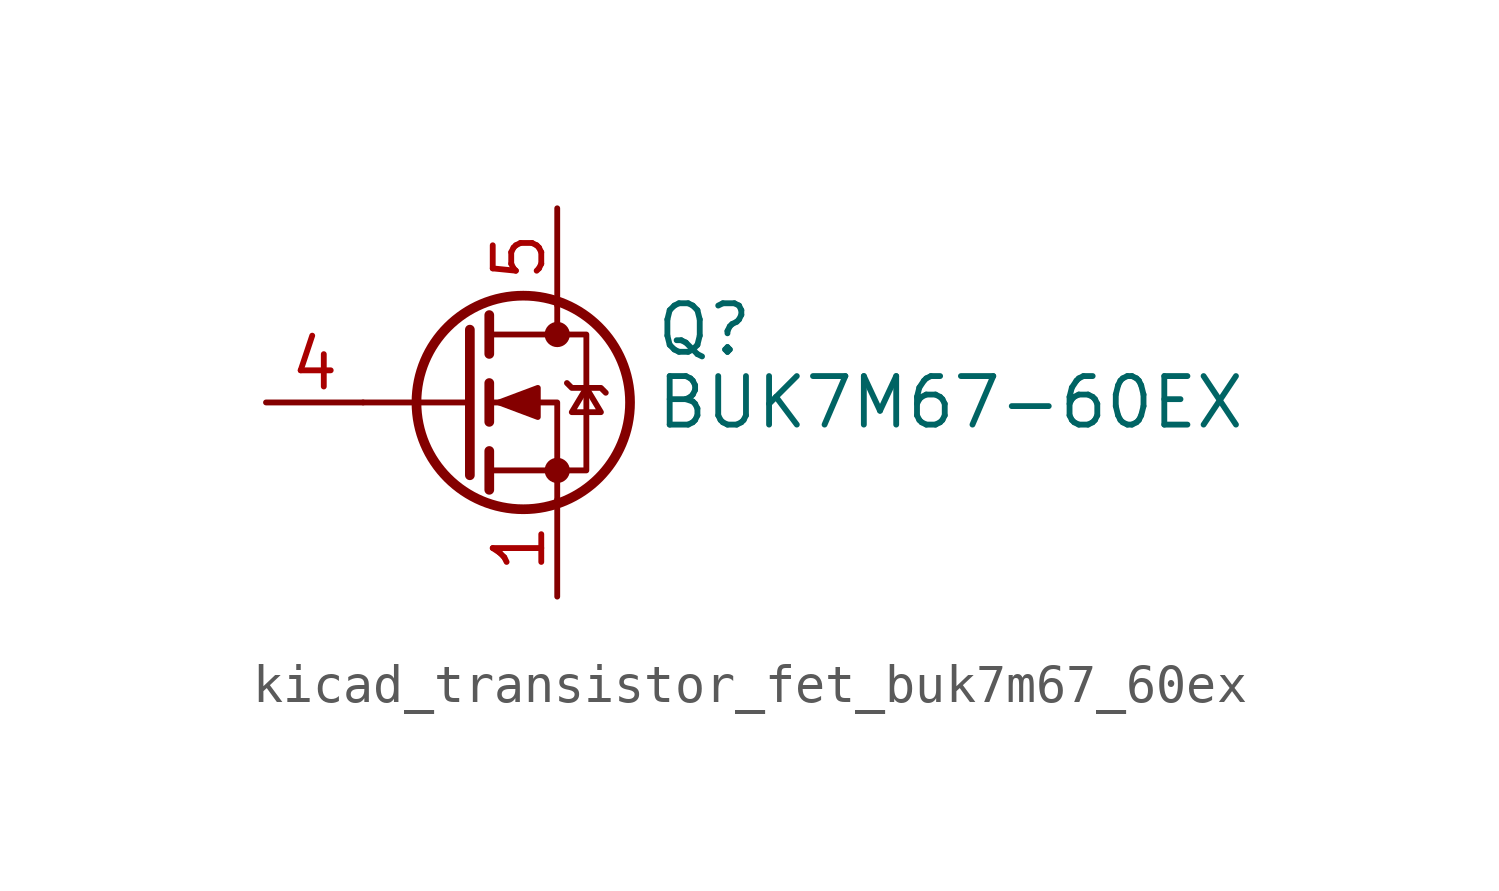
<source format=kicad_sym>
(kicad_symbol_lib
  (version 20220914)
  (generator kicad_symbol_editor)
  (symbol "kicad_transistor_fet_buk7m67_60ex"
    (pin_names hide)
    (property "Reference" "Q"
      (at 5.08 1.905 0)
      (effects (font (size 1.27 1.27)) (justify left)))
    (property "Value" "BUK7M67-60EX"
      (at 5.08 0 0)
      (effects (font (size 1.27 1.27)) (justify left)))
    (symbol "kicad_transistor_fet_buk7m67_60ex_0_1"
      (polyline (pts (xy 0.254 0) (xy -2.54 0)) (stroke (width 0) (type default)) (fill (type none)))
      (polyline (pts (xy 0.254 1.905) (xy 0.254 -1.905)) (stroke (width 0.254) (type default)) (fill (type none)))
      (polyline (pts (xy 0.762 -1.27) (xy 0.762 -2.286)) (stroke (width 0.254) (type default)) (fill (type none)))
      (polyline (pts (xy 0.762 0.508) (xy 0.762 -0.508)) (stroke (width 0.254) (type default)) (fill (type none)))
      (polyline (pts (xy 0.762 2.286) (xy 0.762 1.27)) (stroke (width 0.254) (type default)) (fill (type none)))
      (polyline (pts (xy 2.54 2.54) (xy 2.54 1.778)) (stroke (width 0) (type default)) (fill (type none)))
      (polyline (pts (xy 2.54 -2.54) (xy 2.54 0) (xy 0.762 0)) (stroke (width 0) (type default)) (fill (type none)))
      (polyline (pts (xy 0.762 -1.778) (xy 3.302 -1.778) (xy 3.302 1.778) (xy 0.762 1.778)) (stroke (width 0) (type default)) (fill (type none)))
      (polyline (pts (xy 1.016 0) (xy 2.032 0.381) (xy 2.032 -0.381) (xy 1.016 0)) (stroke (width 0) (type default)) (fill (type outline)))
      (polyline (pts (xy 2.794 0.508) (xy 2.921 0.381) (xy 3.683 0.381) (xy 3.81 0.254)) (stroke (width 0) (type default)) (fill (type none)))
      (polyline (pts (xy 3.302 0.381) (xy 2.921 -0.254) (xy 3.683 -0.254) (xy 3.302 0.381)) (stroke (width 0) (type default)) (fill (type none)))
      (circle (center 1.651 0) (radius 2.794) (stroke (width 0.254) (type default)) (fill (type none)))
      (circle (center 2.54 -1.778) (radius 0.254) (stroke (width 0) (type default)) (fill (type outline)))
      (circle (center 2.54 1.778) (radius 0.254) (stroke (width 0) (type default)) (fill (type outline))))
    (symbol "kicad_transistor_fet_buk7m67_60ex_1_1"
      (pin passive line (at 2.54 -5.08 90) (length 2.54) (name "S" (effects (font (size 1.27 1.27)))) (number "1" (effects (font (size 1.27 1.27)))))
      (pin passive line (at 2.54 -5.08 90) (length 2.54) hide (name "S" (effects (font (size 1.27 1.27)))) (number "2" (effects (font (size 1.27 1.27)))))
      (pin passive line (at 2.54 -5.08 90) (length 2.54) hide (name "S" (effects (font (size 1.27 1.27)))) (number "3" (effects (font (size 1.27 1.27)))))
      (pin passive line (at -5.08 0 0) (length 2.54) (name "G" (effects (font (size 1.27 1.27)))) (number "4" (effects (font (size 1.27 1.27)))))
      (pin passive line (at 2.54 5.08 270) (length 2.54) (name "D" (effects (font (size 1.27 1.27)))) (number "5" (effects (font (size 1.27 1.27))))))))
</source>
